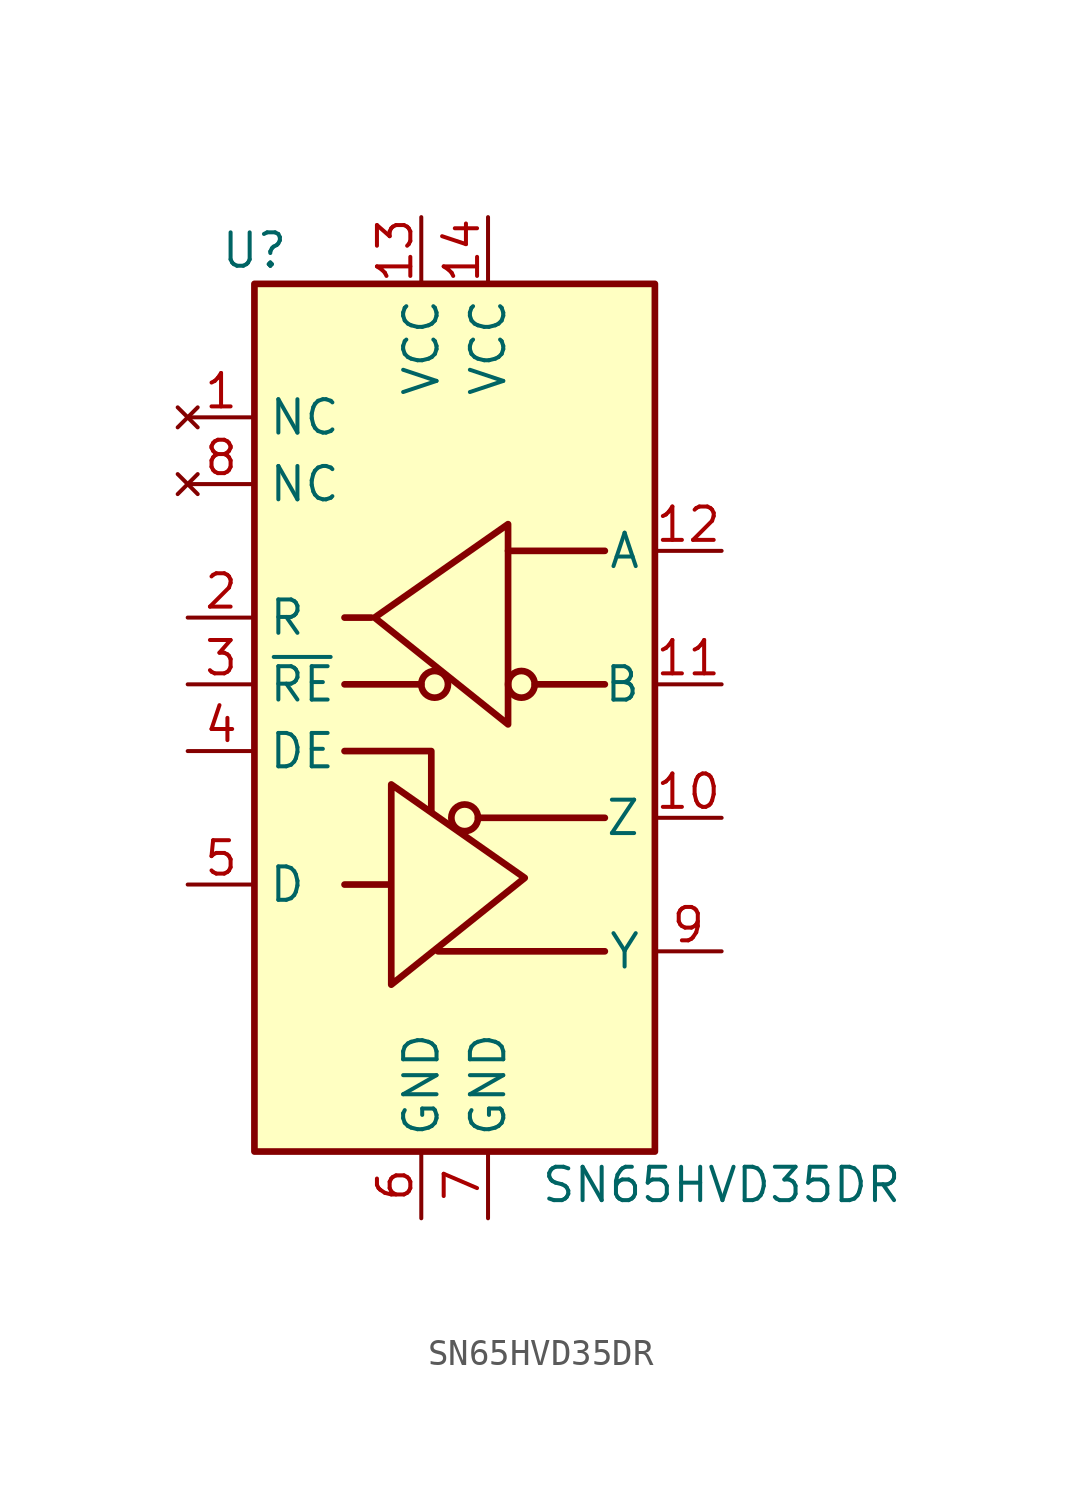
<source format=kicad_sym>
(kicad_symbol_lib
  (version 20220914)
  (generator kicad_symbol_editor)
  (symbol "SN65HVD35DR"
    (property "Reference" "U"
      (at -7.62 19.05 0)
      (effects (font (size 1.27 1.27))))
    (property "Value" "SN65HVD35DR"
      (at 10.16 -16.51 0)
      (effects (font (size 1.27 1.27))))
    (symbol "SN65HVD35DR_0_1"
      (rectangle (start -7.62 17.78) (end 7.62 -15.24) (stroke (width 0.254) (type default)) (fill (type background))))
    (symbol "SN65HVD35DR_1_1"
      (circle (center -0.762 2.54) (radius 0.508) (stroke (width 0.254) (type default)) (fill (type none)))
      (polyline (pts (xy -4.191 2.54) (xy -1.27 2.54)) (stroke (width 0.254) (type default)) (fill (type none)))
      (polyline (pts (xy -2.54 -5.08) (xy -4.191 -5.08)) (stroke (width 0.254) (type default)) (fill (type none)))
      (polyline (pts (xy -0.635 -7.62) (xy 5.715 -7.62)) (stroke (width 0.254) (type default)) (fill (type none)))
      (polyline (pts (xy 0.889 -2.54) (xy 5.715 -2.54)) (stroke (width 0.254) (type default)) (fill (type none)))
      (polyline (pts (xy 2.032 7.62) (xy 5.715 7.62)) (stroke (width 0.254) (type default)) (fill (type none)))
      (polyline (pts (xy 3.048 2.54) (xy 5.715 2.54)) (stroke (width 0.254) (type default)) (fill (type none)))
      (polyline (pts (xy -4.191 0) (xy -0.889 0) (xy -0.889 -2.286)) (stroke (width 0.254) (type default)) (fill (type none)))
      (polyline (pts (xy -3.175 5.08) (xy -4.191 5.08) (xy -4.064 5.08)) (stroke (width 0.254) (type default)) (fill (type none)))
      (polyline (pts (xy -2.413 -5.08) (xy -2.413 -1.27) (xy 2.667 -4.826) (xy -2.413 -8.89) (xy -2.413 -5.08)) (stroke (width 0.254) (type default)) (fill (type none)))
      (polyline (pts (xy 2.032 4.826) (xy 2.032 8.636) (xy -3.048 5.08) (xy 2.032 1.016) (xy 2.032 4.826)) (stroke (width 0.254) (type default)) (fill (type none)))
      (circle (center 0.381 -2.54) (radius 0.508) (stroke (width 0.254) (type default)) (fill (type none)))
      (circle (center 2.54 2.54) (radius 0.508) (stroke (width 0.254) (type default)) (fill (type none)))
      (pin no_connect line (at -10.16 12.7 0) (length 2.54) (name "NC" (effects (font (size 1.27 1.27)))) (number "1" (effects (font (size 1.27 1.27)))))
      (pin output line (at 10.16 -2.54 180) (length 2.54) (name "Z" (effects (font (size 1.27 1.27)))) (number "10" (effects (font (size 1.27 1.27)))))
      (pin input line (at 10.16 2.54 180) (length 2.54) (name "B" (effects (font (size 1.27 1.27)))) (number "11" (effects (font (size 1.27 1.27)))))
      (pin input line (at 10.16 7.62 180) (length 2.54) (name "A" (effects (font (size 1.27 1.27)))) (number "12" (effects (font (size 1.27 1.27)))))
      (pin power_in line (at -1.27 20.32 270) (length 2.54) (name "VCC" (effects (font (size 1.27 1.27)))) (number "13" (effects (font (size 1.27 1.27)))))
      (pin power_in line (at 1.27 20.32 270) (length 2.54) (name "VCC" (effects (font (size 1.27 1.27)))) (number "14" (effects (font (size 1.27 1.27)))))
      (pin output line (at -10.16 5.08 0) (length 2.54) (name "R" (effects (font (size 1.27 1.27)))) (number "2" (effects (font (size 1.27 1.27)))))
      (pin input line (at -10.16 2.54 0) (length 2.54) (name "~{RE}" (effects (font (size 1.27 1.27)))) (number "3" (effects (font (size 1.27 1.27)))))
      (pin input line (at -10.16 0 0) (length 2.54) (name "DE" (effects (font (size 1.27 1.27)))) (number "4" (effects (font (size 1.27 1.27)))))
      (pin input line (at -10.16 -5.08 0) (length 2.54) (name "D" (effects (font (size 1.27 1.27)))) (number "5" (effects (font (size 1.27 1.27)))))
      (pin power_in line (at -1.27 -17.78 90) (length 2.54) (name "GND" (effects (font (size 1.27 1.27)))) (number "6" (effects (font (size 1.27 1.27)))))
      (pin power_in line (at 1.27 -17.78 90) (length 2.54) (name "GND" (effects (font (size 1.27 1.27)))) (number "7" (effects (font (size 1.27 1.27)))))
      (pin no_connect line (at -10.16 10.16 0) (length 2.54) (name "NC" (effects (font (size 1.27 1.27)))) (number "8" (effects (font (size 1.27 1.27)))))
      (pin output line (at 10.16 -7.62 180) (length 2.54) (name "Y" (effects (font (size 1.27 1.27)))) (number "9" (effects (font (size 1.27 1.27))))))))
</source>
